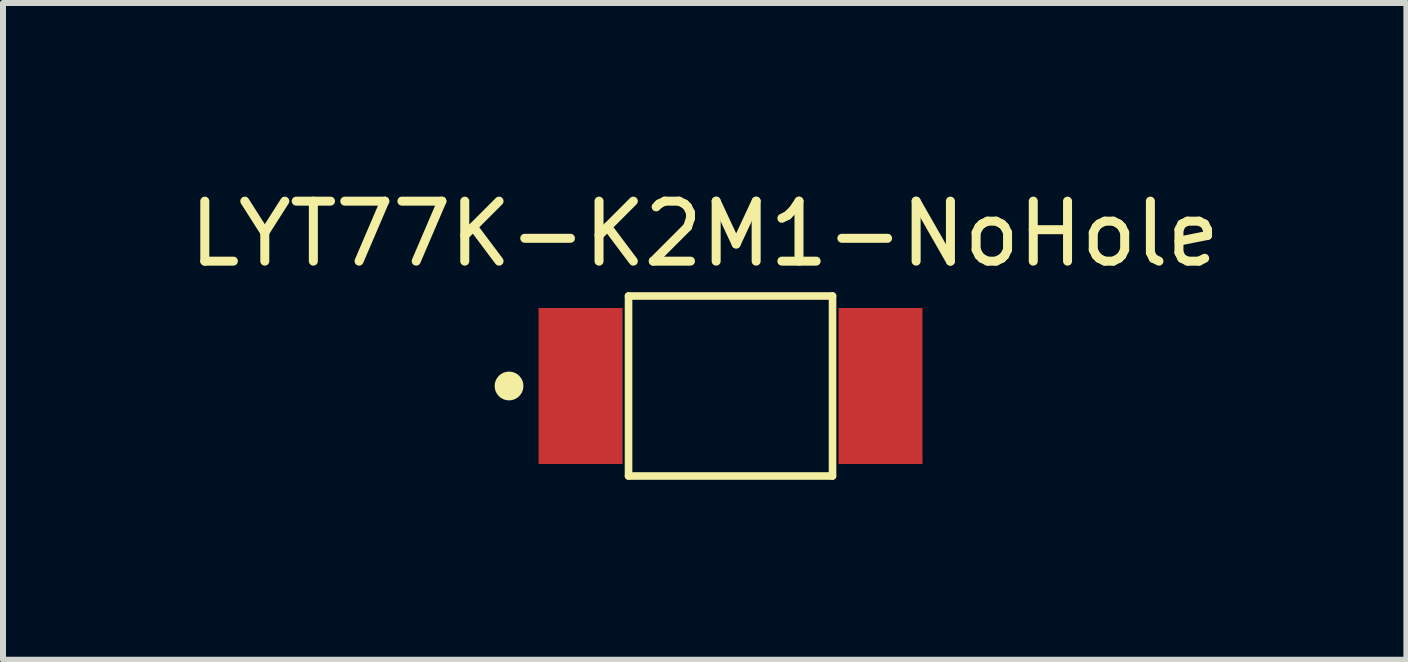
<source format=kicad_pcb>
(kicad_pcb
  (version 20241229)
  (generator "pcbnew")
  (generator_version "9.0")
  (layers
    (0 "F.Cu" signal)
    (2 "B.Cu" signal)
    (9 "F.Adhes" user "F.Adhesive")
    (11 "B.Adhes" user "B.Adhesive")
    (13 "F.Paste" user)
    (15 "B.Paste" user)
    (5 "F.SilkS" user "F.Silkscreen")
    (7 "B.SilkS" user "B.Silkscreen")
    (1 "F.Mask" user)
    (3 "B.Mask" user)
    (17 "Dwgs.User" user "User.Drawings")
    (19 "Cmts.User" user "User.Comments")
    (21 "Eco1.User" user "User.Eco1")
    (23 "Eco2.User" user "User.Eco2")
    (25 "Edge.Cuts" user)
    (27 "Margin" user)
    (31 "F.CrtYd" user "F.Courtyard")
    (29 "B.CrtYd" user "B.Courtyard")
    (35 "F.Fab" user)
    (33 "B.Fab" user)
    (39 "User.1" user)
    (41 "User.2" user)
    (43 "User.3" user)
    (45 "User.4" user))
  (footprint "LYT77K-K2M1-NoHole"
    (layer "F.Cu")
    (at 9.127 3.384)
    (property "Reference" "LYT77K-K2M1-NoHole" (at -0.43 -2.536 0) (layer "F.SilkS") (effects (font (size 1 1) (thickness 0.15))))
    (attr smd)
    (fp_line (start -1.7 -1.5) (end 1.7 -1.5) (stroke (width 0.127) (type solid)) (layer "F.SilkS"))
    (fp_line (start -1.7 1.5) (end -1.7 -1.5) (stroke (width 0.127) (type solid)) (layer "F.SilkS"))
    (fp_line (start 1.7 -1.5) (end 1.7 1.5) (stroke (width 0.127) (type solid)) (layer "F.SilkS"))
    (fp_line (start 1.7 1.5) (end -1.7 1.5) (stroke (width 0.127) (type solid)) (layer "F.SilkS"))
    (fp_circle (center -3.692 0) (end -3.572 0) (stroke (width 0.24) (type solid)) (fill no) (layer "F.SilkS"))
    (pad "1" smd rect (at -2.5 0) (size 1.4 2.6) (layers "F.Cu" "F.Mask" "F.Paste"))
    (pad "2" smd rect (at 2.5 0) (size 1.4 2.6) (layers "F.Cu" "F.Mask" "F.Paste")))
  (gr_rect
    (start -3 -3)
    (end 20.393 7.947)
    (stroke (width 0.1) (type default))
    (fill no)
    (layer "Edge.Cuts")))
</source>
